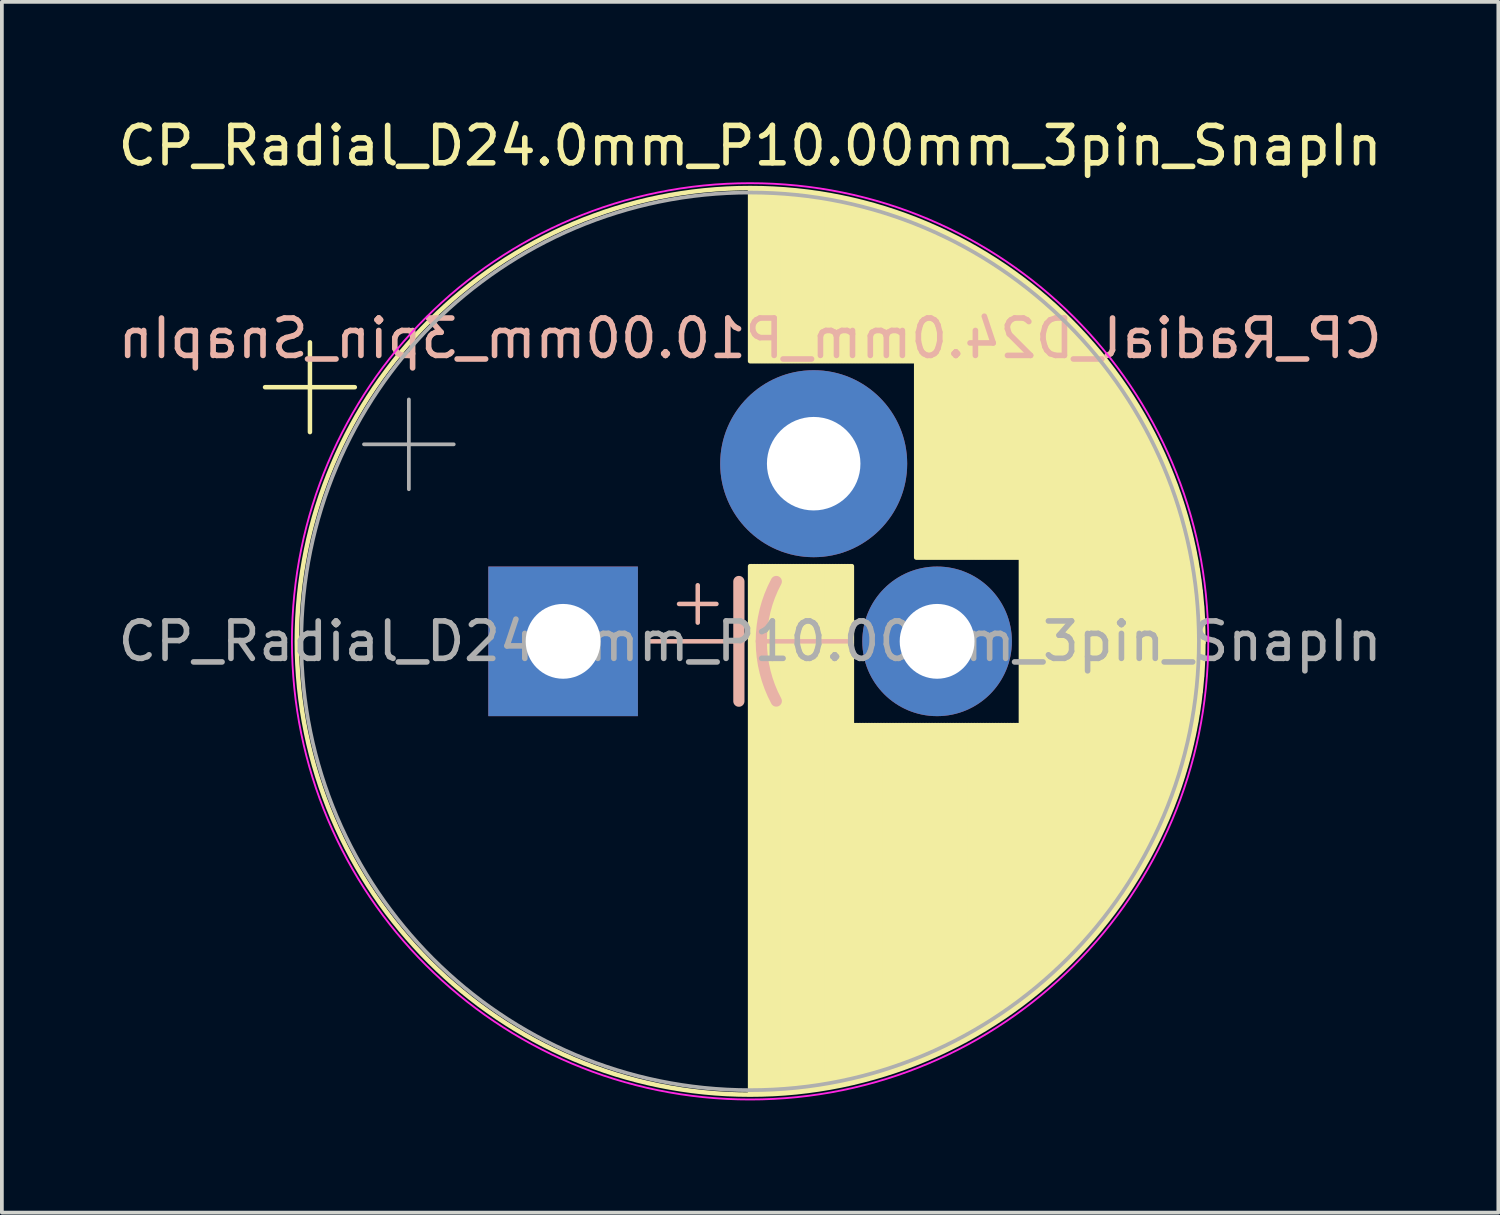
<source format=kicad_pcb>
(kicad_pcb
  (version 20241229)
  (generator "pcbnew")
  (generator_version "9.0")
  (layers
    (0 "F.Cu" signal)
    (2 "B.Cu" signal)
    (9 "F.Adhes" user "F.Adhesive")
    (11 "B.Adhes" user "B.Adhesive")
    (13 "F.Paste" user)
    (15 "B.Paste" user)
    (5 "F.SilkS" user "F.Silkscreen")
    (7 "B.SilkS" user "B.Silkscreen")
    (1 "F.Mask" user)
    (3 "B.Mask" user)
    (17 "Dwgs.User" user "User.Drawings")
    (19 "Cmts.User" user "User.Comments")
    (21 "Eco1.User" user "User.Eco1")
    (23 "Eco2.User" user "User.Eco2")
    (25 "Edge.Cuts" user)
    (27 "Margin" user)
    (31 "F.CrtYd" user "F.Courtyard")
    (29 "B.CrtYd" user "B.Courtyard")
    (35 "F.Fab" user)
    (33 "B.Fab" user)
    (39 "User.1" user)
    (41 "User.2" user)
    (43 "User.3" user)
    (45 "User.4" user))
  (footprint "CP_Radial_D24.0mm_P10.00mm_3pin_SnapIn"
    (layer "F.Cu")
    (at 12.006 14.098)
    (property "Reference" "CP_Radial_D24.0mm_P10.00mm_3pin_SnapIn" (at 5 -13.25 0) (layer "F.SilkS") (effects (font (size 1 1) (thickness 0.15))))
    (fp_line (start -7.969 -6.795) (end -5.569 -6.795) (stroke (width 0.12) (type solid)) (layer "F.SilkS"))
    (fp_line (start -6.769 -7.995) (end -6.769 -5.595) (stroke (width 0.12) (type solid)) (layer "F.SilkS"))
    (fp_line (start 5 -12.081) (end 5 -7.49) (stroke (width 0.12) (type solid)) (layer "F.SilkS"))
    (fp_line (start 5 -2.01) (end 5 12.081) (stroke (width 0.12) (type solid)) (layer "F.SilkS"))
    (fp_line (start 5.04 -12.08) (end 5.04 -7.49) (stroke (width 0.12) (type solid)) (layer "F.SilkS"))
    (fp_line (start 5.04 -2.01) (end 5.04 12.08) (stroke (width 0.12) (type solid)) (layer "F.SilkS"))
    (fp_line (start 5.08 -12.08) (end 5.08 -7.49) (stroke (width 0.12) (type solid)) (layer "F.SilkS"))
    (fp_line (start 5.08 -2.01) (end 5.08 12.08) (stroke (width 0.12) (type solid)) (layer "F.SilkS"))
    (fp_line (start 5.12 -12.08) (end 5.12 -7.49) (stroke (width 0.12) (type solid)) (layer "F.SilkS"))
    (fp_line (start 5.12 -2.01) (end 5.12 12.08) (stroke (width 0.12) (type solid)) (layer "F.SilkS"))
    (fp_line (start 5.16 -12.079) (end 5.16 -7.49) (stroke (width 0.12) (type solid)) (layer "F.SilkS"))
    (fp_line (start 5.16 -2.01) (end 5.16 12.079) (stroke (width 0.12) (type solid)) (layer "F.SilkS"))
    (fp_line (start 5.2 -12.079) (end 5.2 -7.49) (stroke (width 0.12) (type solid)) (layer "F.SilkS"))
    (fp_line (start 5.2 -2.01) (end 5.2 12.079) (stroke (width 0.12) (type solid)) (layer "F.SilkS"))
    (fp_line (start 5.24 -12.078) (end 5.24 -7.49) (stroke (width 0.12) (type solid)) (layer "F.SilkS"))
    (fp_line (start 5.24 -2.01) (end 5.24 12.078) (stroke (width 0.12) (type solid)) (layer "F.SilkS"))
    (fp_line (start 5.28 -12.077) (end 5.28 -7.49) (stroke (width 0.12) (type solid)) (layer "F.SilkS"))
    (fp_line (start 5.28 -2.01) (end 5.28 12.077) (stroke (width 0.12) (type solid)) (layer "F.SilkS"))
    (fp_line (start 5.32 -12.076) (end 5.32 -7.49) (stroke (width 0.12) (type solid)) (layer "F.SilkS"))
    (fp_line (start 5.32 -2.01) (end 5.32 12.076) (stroke (width 0.12) (type solid)) (layer "F.SilkS"))
    (fp_line (start 5.36 -12.075) (end 5.36 -7.49) (stroke (width 0.12) (type solid)) (layer "F.SilkS"))
    (fp_line (start 5.36 -2.01) (end 5.36 12.075) (stroke (width 0.12) (type solid)) (layer "F.SilkS"))
    (fp_line (start 5.4 -12.074) (end 5.4 -7.49) (stroke (width 0.12) (type solid)) (layer "F.SilkS"))
    (fp_line (start 5.4 -2.01) (end 5.4 12.074) (stroke (width 0.12) (type solid)) (layer "F.SilkS"))
    (fp_line (start 5.44 -12.073) (end 5.44 -7.49) (stroke (width 0.12) (type solid)) (layer "F.SilkS"))
    (fp_line (start 5.44 -2.01) (end 5.44 12.073) (stroke (width 0.12) (type solid)) (layer "F.SilkS"))
    (fp_line (start 5.48 -12.071) (end 5.48 -7.49) (stroke (width 0.12) (type solid)) (layer "F.SilkS"))
    (fp_line (start 5.48 -2.01) (end 5.48 12.071) (stroke (width 0.12) (type solid)) (layer "F.SilkS"))
    (fp_line (start 5.52 -12.069) (end 5.52 -7.49) (stroke (width 0.12) (type solid)) (layer "F.SilkS"))
    (fp_line (start 5.52 -2.01) (end 5.52 12.069) (stroke (width 0.12) (type solid)) (layer "F.SilkS"))
    (fp_line (start 5.56 -12.068) (end 5.56 -7.49) (stroke (width 0.12) (type solid)) (layer "F.SilkS"))
    (fp_line (start 5.56 -2.01) (end 5.56 12.068) (stroke (width 0.12) (type solid)) (layer "F.SilkS"))
    (fp_line (start 5.6 -12.066) (end 5.6 -7.49) (stroke (width 0.12) (type solid)) (layer "F.SilkS"))
    (fp_line (start 5.6 -2.01) (end 5.6 12.066) (stroke (width 0.12) (type solid)) (layer "F.SilkS"))
    (fp_line (start 5.64 -12.064) (end 5.64 -7.49) (stroke (width 0.12) (type solid)) (layer "F.SilkS"))
    (fp_line (start 5.64 -2.01) (end 5.64 12.064) (stroke (width 0.12) (type solid)) (layer "F.SilkS"))
    (fp_line (start 5.68 -12.061) (end 5.68 -7.49) (stroke (width 0.12) (type solid)) (layer "F.SilkS"))
    (fp_line (start 5.68 -2.01) (end 5.68 12.061) (stroke (width 0.12) (type solid)) (layer "F.SilkS"))
    (fp_line (start 5.721 -12.059) (end 5.721 -7.49) (stroke (width 0.12) (type solid)) (layer "F.SilkS"))
    (fp_line (start 5.721 -2.01) (end 5.721 12.059) (stroke (width 0.12) (type solid)) (layer "F.SilkS"))
    (fp_line (start 5.761 -12.057) (end 5.761 -7.49) (stroke (width 0.12) (type solid)) (layer "F.SilkS"))
    (fp_line (start 5.761 -2.01) (end 5.761 12.057) (stroke (width 0.12) (type solid)) (layer "F.SilkS"))
    (fp_line (start 5.801 -12.054) (end 5.801 -7.49) (stroke (width 0.12) (type solid)) (layer "F.SilkS"))
    (fp_line (start 5.801 -2.01) (end 5.801 12.054) (stroke (width 0.12) (type solid)) (layer "F.SilkS"))
    (fp_line (start 5.841 -12.051) (end 5.841 -7.49) (stroke (width 0.12) (type solid)) (layer "F.SilkS"))
    (fp_line (start 5.841 -2.01) (end 5.841 12.051) (stroke (width 0.12) (type solid)) (layer "F.SilkS"))
    (fp_line (start 5.881 -12.049) (end 5.881 -7.49) (stroke (width 0.12) (type solid)) (layer "F.SilkS"))
    (fp_line (start 5.881 -2.01) (end 5.881 12.049) (stroke (width 0.12) (type solid)) (layer "F.SilkS"))
    (fp_line (start 5.921 -12.046) (end 5.921 -7.49) (stroke (width 0.12) (type solid)) (layer "F.SilkS"))
    (fp_line (start 5.921 -2.01) (end 5.921 12.046) (stroke (width 0.12) (type solid)) (layer "F.SilkS"))
    (fp_line (start 5.961 -12.042) (end 5.961 -7.49) (stroke (width 0.12) (type solid)) (layer "F.SilkS"))
    (fp_line (start 5.961 -2.01) (end 5.961 12.042) (stroke (width 0.12) (type solid)) (layer "F.SilkS"))
    (fp_line (start 6.001 -12.039) (end 6.001 -7.49) (stroke (width 0.12) (type solid)) (layer "F.SilkS"))
    (fp_line (start 6.001 -2.01) (end 6.001 12.039) (stroke (width 0.12) (type solid)) (layer "F.SilkS"))
    (fp_line (start 6.041 -12.036) (end 6.041 -7.49) (stroke (width 0.12) (type solid)) (layer "F.SilkS"))
    (fp_line (start 6.041 -2.01) (end 6.041 12.036) (stroke (width 0.12) (type solid)) (layer "F.SilkS"))
    (fp_line (start 6.081 -12.032) (end 6.081 -7.49) (stroke (width 0.12) (type solid)) (layer "F.SilkS"))
    (fp_line (start 6.081 -2.01) (end 6.081 12.032) (stroke (width 0.12) (type solid)) (layer "F.SilkS"))
    (fp_line (start 6.121 -12.029) (end 6.121 -7.49) (stroke (width 0.12) (type solid)) (layer "F.SilkS"))
    (fp_line (start 6.121 -2.01) (end 6.121 12.029) (stroke (width 0.12) (type solid)) (layer "F.SilkS"))
    (fp_line (start 6.161 -12.025) (end 6.161 -7.49) (stroke (width 0.12) (type solid)) (layer "F.SilkS"))
    (fp_line (start 6.161 -2.01) (end 6.161 12.025) (stroke (width 0.12) (type solid)) (layer "F.SilkS"))
    (fp_line (start 6.201 -12.021) (end 6.201 -7.49) (stroke (width 0.12) (type solid)) (layer "F.SilkS"))
    (fp_line (start 6.201 -2.01) (end 6.201 12.021) (stroke (width 0.12) (type solid)) (layer "F.SilkS"))
    (fp_line (start 6.241 -12.017) (end 6.241 -7.49) (stroke (width 0.12) (type solid)) (layer "F.SilkS"))
    (fp_line (start 6.241 -2.01) (end 6.241 12.017) (stroke (width 0.12) (type solid)) (layer "F.SilkS"))
    (fp_line (start 6.281 -12.013) (end 6.281 -7.49) (stroke (width 0.12) (type solid)) (layer "F.SilkS"))
    (fp_line (start 6.281 -2.01) (end 6.281 12.013) (stroke (width 0.12) (type solid)) (layer "F.SilkS"))
    (fp_line (start 6.321 -12.008) (end 6.321 -7.49) (stroke (width 0.12) (type solid)) (layer "F.SilkS"))
    (fp_line (start 6.321 -2.01) (end 6.321 12.008) (stroke (width 0.12) (type solid)) (layer "F.SilkS"))
    (fp_line (start 6.361 -12.004) (end 6.361 -7.49) (stroke (width 0.12) (type solid)) (layer "F.SilkS"))
    (fp_line (start 6.361 -2.01) (end 6.361 12.004) (stroke (width 0.12) (type solid)) (layer "F.SilkS"))
    (fp_line (start 6.401 -11.999) (end 6.401 -7.49) (stroke (width 0.12) (type solid)) (layer "F.SilkS"))
    (fp_line (start 6.401 -2.01) (end 6.401 11.999) (stroke (width 0.12) (type solid)) (layer "F.SilkS"))
    (fp_line (start 6.441 -11.995) (end 6.441 -7.49) (stroke (width 0.12) (type solid)) (layer "F.SilkS"))
    (fp_line (start 6.441 -2.01) (end 6.441 11.995) (stroke (width 0.12) (type solid)) (layer "F.SilkS"))
    (fp_line (start 6.481 -11.99) (end 6.481 -7.49) (stroke (width 0.12) (type solid)) (layer "F.SilkS"))
    (fp_line (start 6.481 -2.01) (end 6.481 11.99) (stroke (width 0.12) (type solid)) (layer "F.SilkS"))
    (fp_line (start 6.521 -11.985) (end 6.521 -7.49) (stroke (width 0.12) (type solid)) (layer "F.SilkS"))
    (fp_line (start 6.521 -2.01) (end 6.521 11.985) (stroke (width 0.12) (type solid)) (layer "F.SilkS"))
    (fp_line (start 6.561 -11.98) (end 6.561 -7.49) (stroke (width 0.12) (type solid)) (layer "F.SilkS"))
    (fp_line (start 6.561 -2.01) (end 6.561 11.98) (stroke (width 0.12) (type solid)) (layer "F.SilkS"))
    (fp_line (start 6.601 -11.974) (end 6.601 -7.49) (stroke (width 0.12) (type solid)) (layer "F.SilkS"))
    (fp_line (start 6.601 -2.01) (end 6.601 11.974) (stroke (width 0.12) (type solid)) (layer "F.SilkS"))
    (fp_line (start 6.641 -11.969) (end 6.641 -7.49) (stroke (width 0.12) (type solid)) (layer "F.SilkS"))
    (fp_line (start 6.641 -2.01) (end 6.641 11.969) (stroke (width 0.12) (type solid)) (layer "F.SilkS"))
    (fp_line (start 6.681 -11.963) (end 6.681 -7.49) (stroke (width 0.12) (type solid)) (layer "F.SilkS"))
    (fp_line (start 6.681 -2.01) (end 6.681 11.963) (stroke (width 0.12) (type solid)) (layer "F.SilkS"))
    (fp_line (start 6.721 -11.958) (end 6.721 -7.49) (stroke (width 0.12) (type solid)) (layer "F.SilkS"))
    (fp_line (start 6.721 -2.01) (end 6.721 11.958) (stroke (width 0.12) (type solid)) (layer "F.SilkS"))
    (fp_line (start 6.761 -11.952) (end 6.761 -7.49) (stroke (width 0.12) (type solid)) (layer "F.SilkS"))
    (fp_line (start 6.761 -2.01) (end 6.761 11.952) (stroke (width 0.12) (type solid)) (layer "F.SilkS"))
    (fp_line (start 6.801 -11.946) (end 6.801 -7.49) (stroke (width 0.12) (type solid)) (layer "F.SilkS"))
    (fp_line (start 6.801 -2.01) (end 6.801 11.946) (stroke (width 0.12) (type solid)) (layer "F.SilkS"))
    (fp_line (start 6.841 -11.94) (end 6.841 -7.49) (stroke (width 0.12) (type solid)) (layer "F.SilkS"))
    (fp_line (start 6.841 -2.01) (end 6.841 11.94) (stroke (width 0.12) (type solid)) (layer "F.SilkS"))
    (fp_line (start 6.881 -11.934) (end 6.881 -7.49) (stroke (width 0.12) (type solid)) (layer "F.SilkS"))
    (fp_line (start 6.881 -2.01) (end 6.881 11.934) (stroke (width 0.12) (type solid)) (layer "F.SilkS"))
    (fp_line (start 6.921 -11.927) (end 6.921 -7.49) (stroke (width 0.12) (type solid)) (layer "F.SilkS"))
    (fp_line (start 6.921 -2.01) (end 6.921 11.927) (stroke (width 0.12) (type solid)) (layer "F.SilkS"))
    (fp_line (start 6.961 -11.921) (end 6.961 -7.49) (stroke (width 0.12) (type solid)) (layer "F.SilkS"))
    (fp_line (start 6.961 -2.01) (end 6.961 11.921) (stroke (width 0.12) (type solid)) (layer "F.SilkS"))
    (fp_line (start 7.001 -11.914) (end 7.001 -7.49) (stroke (width 0.12) (type solid)) (layer "F.SilkS"))
    (fp_line (start 7.001 -2.01) (end 7.001 11.914) (stroke (width 0.12) (type solid)) (layer "F.SilkS"))
    (fp_line (start 7.041 -11.908) (end 7.041 -7.49) (stroke (width 0.12) (type solid)) (layer "F.SilkS"))
    (fp_line (start 7.041 -2.01) (end 7.041 11.908) (stroke (width 0.12) (type solid)) (layer "F.SilkS"))
    (fp_line (start 7.081 -11.901) (end 7.081 -7.49) (stroke (width 0.12) (type solid)) (layer "F.SilkS"))
    (fp_line (start 7.081 -2.01) (end 7.081 11.901) (stroke (width 0.12) (type solid)) (layer "F.SilkS"))
    (fp_line (start 7.121 -11.894) (end 7.121 -7.49) (stroke (width 0.12) (type solid)) (layer "F.SilkS"))
    (fp_line (start 7.121 -2.01) (end 7.121 11.894) (stroke (width 0.12) (type solid)) (layer "F.SilkS"))
    (fp_line (start 7.161 -11.886) (end 7.161 -7.49) (stroke (width 0.12) (type solid)) (layer "F.SilkS"))
    (fp_line (start 7.161 -2.01) (end 7.161 11.886) (stroke (width 0.12) (type solid)) (layer "F.SilkS"))
    (fp_line (start 7.201 -11.879) (end 7.201 -7.49) (stroke (width 0.12) (type solid)) (layer "F.SilkS"))
    (fp_line (start 7.201 -2.01) (end 7.201 11.879) (stroke (width 0.12) (type solid)) (layer "F.SilkS"))
    (fp_line (start 7.241 -11.872) (end 7.241 -7.49) (stroke (width 0.12) (type solid)) (layer "F.SilkS"))
    (fp_line (start 7.241 -2.01) (end 7.241 11.872) (stroke (width 0.12) (type solid)) (layer "F.SilkS"))
    (fp_line (start 7.281 -11.864) (end 7.281 -7.49) (stroke (width 0.12) (type solid)) (layer "F.SilkS"))
    (fp_line (start 7.281 -2.01) (end 7.281 11.864) (stroke (width 0.12) (type solid)) (layer "F.SilkS"))
    (fp_line (start 7.321 -11.856) (end 7.321 -7.49) (stroke (width 0.12) (type solid)) (layer "F.SilkS"))
    (fp_line (start 7.321 -2.01) (end 7.321 11.856) (stroke (width 0.12) (type solid)) (layer "F.SilkS"))
    (fp_line (start 7.361 -11.849) (end 7.361 -7.49) (stroke (width 0.12) (type solid)) (layer "F.SilkS"))
    (fp_line (start 7.361 -2.01) (end 7.361 11.849) (stroke (width 0.12) (type solid)) (layer "F.SilkS"))
    (fp_line (start 7.401 -11.841) (end 7.401 -7.49) (stroke (width 0.12) (type solid)) (layer "F.SilkS"))
    (fp_line (start 7.401 -2.01) (end 7.401 11.841) (stroke (width 0.12) (type solid)) (layer "F.SilkS"))
    (fp_line (start 7.441 -11.832) (end 7.441 -7.49) (stroke (width 0.12) (type solid)) (layer "F.SilkS"))
    (fp_line (start 7.441 -2.01) (end 7.441 11.832) (stroke (width 0.12) (type solid)) (layer "F.SilkS"))
    (fp_line (start 7.481 -11.824) (end 7.481 -7.49) (stroke (width 0.12) (type solid)) (layer "F.SilkS"))
    (fp_line (start 7.481 -2.01) (end 7.481 11.824) (stroke (width 0.12) (type solid)) (layer "F.SilkS"))
    (fp_line (start 7.521 -11.816) (end 7.521 -7.49) (stroke (width 0.12) (type solid)) (layer "F.SilkS"))
    (fp_line (start 7.521 -2.01) (end 7.521 11.816) (stroke (width 0.12) (type solid)) (layer "F.SilkS"))
    (fp_line (start 7.561 -11.807) (end 7.561 -7.49) (stroke (width 0.12) (type solid)) (layer "F.SilkS"))
    (fp_line (start 7.561 -2.01) (end 7.561 11.807) (stroke (width 0.12) (type solid)) (layer "F.SilkS"))
    (fp_line (start 7.601 -11.798) (end 7.601 -7.49) (stroke (width 0.12) (type solid)) (layer "F.SilkS"))
    (fp_line (start 7.601 -2.01) (end 7.601 11.798) (stroke (width 0.12) (type solid)) (layer "F.SilkS"))
    (fp_line (start 7.641 -11.789) (end 7.641 -7.49) (stroke (width 0.12) (type solid)) (layer "F.SilkS"))
    (fp_line (start 7.641 -2.01) (end 7.641 11.789) (stroke (width 0.12) (type solid)) (layer "F.SilkS"))
    (fp_line (start 7.681 -11.78) (end 7.681 -7.49) (stroke (width 0.12) (type solid)) (layer "F.SilkS"))
    (fp_line (start 7.681 -2.01) (end 7.681 11.78) (stroke (width 0.12) (type solid)) (layer "F.SilkS"))
    (fp_line (start 7.721 -11.771) (end 7.721 -7.49) (stroke (width 0.12) (type solid)) (layer "F.SilkS"))
    (fp_line (start 7.721 -2.01) (end 7.721 11.771) (stroke (width 0.12) (type solid)) (layer "F.SilkS"))
    (fp_line (start 7.761 -11.762) (end 7.761 -7.49) (stroke (width 0.12) (type solid)) (layer "F.SilkS"))
    (fp_line (start 7.761 2.24) (end 7.761 11.762) (stroke (width 0.12) (type solid)) (layer "F.SilkS"))
    (fp_line (start 7.801 -11.753) (end 7.801 -7.49) (stroke (width 0.12) (type solid)) (layer "F.SilkS"))
    (fp_line (start 7.801 2.24) (end 7.801 11.753) (stroke (width 0.12) (type solid)) (layer "F.SilkS"))
    (fp_line (start 7.841 -11.743) (end 7.841 -7.49) (stroke (width 0.12) (type solid)) (layer "F.SilkS"))
    (fp_line (start 7.841 2.24) (end 7.841 11.743) (stroke (width 0.12) (type solid)) (layer "F.SilkS"))
    (fp_line (start 7.881 -11.733) (end 7.881 -7.49) (stroke (width 0.12) (type solid)) (layer "F.SilkS"))
    (fp_line (start 7.881 2.24) (end 7.881 11.733) (stroke (width 0.12) (type solid)) (layer "F.SilkS"))
    (fp_line (start 7.921 -11.723) (end 7.921 -7.49) (stroke (width 0.12) (type solid)) (layer "F.SilkS"))
    (fp_line (start 7.921 2.24) (end 7.921 11.723) (stroke (width 0.12) (type solid)) (layer "F.SilkS"))
    (fp_line (start 7.961 -11.713) (end 7.961 -7.49) (stroke (width 0.12) (type solid)) (layer "F.SilkS"))
    (fp_line (start 7.961 2.24) (end 7.961 11.713) (stroke (width 0.12) (type solid)) (layer "F.SilkS"))
    (fp_line (start 8.001 -11.703) (end 8.001 -7.49) (stroke (width 0.12) (type solid)) (layer "F.SilkS"))
    (fp_line (start 8.001 2.24) (end 8.001 11.703) (stroke (width 0.12) (type solid)) (layer "F.SilkS"))
    (fp_line (start 8.041 -11.693) (end 8.041 -7.49) (stroke (width 0.12) (type solid)) (layer "F.SilkS"))
    (fp_line (start 8.041 2.24) (end 8.041 11.693) (stroke (width 0.12) (type solid)) (layer "F.SilkS"))
    (fp_line (start 8.081 -11.683) (end 8.081 -7.49) (stroke (width 0.12) (type solid)) (layer "F.SilkS"))
    (fp_line (start 8.081 2.24) (end 8.081 11.683) (stroke (width 0.12) (type solid)) (layer "F.SilkS"))
    (fp_line (start 8.121 -11.672) (end 8.121 -7.49) (stroke (width 0.12) (type solid)) (layer "F.SilkS"))
    (fp_line (start 8.121 2.24) (end 8.121 11.672) (stroke (width 0.12) (type solid)) (layer "F.SilkS"))
    (fp_line (start 8.161 -11.661) (end 8.161 -7.49) (stroke (width 0.12) (type solid)) (layer "F.SilkS"))
    (fp_line (start 8.161 2.24) (end 8.161 11.661) (stroke (width 0.12) (type solid)) (layer "F.SilkS"))
    (fp_line (start 8.201 -11.65) (end 8.201 -7.49) (stroke (width 0.12) (type solid)) (layer "F.SilkS"))
    (fp_line (start 8.201 2.24) (end 8.201 11.65) (stroke (width 0.12) (type solid)) (layer "F.SilkS"))
    (fp_line (start 8.241 -11.639) (end 8.241 -7.49) (stroke (width 0.12) (type solid)) (layer "F.SilkS"))
    (fp_line (start 8.241 2.24) (end 8.241 11.639) (stroke (width 0.12) (type solid)) (layer "F.SilkS"))
    (fp_line (start 8.281 -11.628) (end 8.281 -7.49) (stroke (width 0.12) (type solid)) (layer "F.SilkS"))
    (fp_line (start 8.281 2.24) (end 8.281 11.628) (stroke (width 0.12) (type solid)) (layer "F.SilkS"))
    (fp_line (start 8.321 -11.617) (end 8.321 -7.49) (stroke (width 0.12) (type solid)) (layer "F.SilkS"))
    (fp_line (start 8.321 2.24) (end 8.321 11.617) (stroke (width 0.12) (type solid)) (layer "F.SilkS"))
    (fp_line (start 8.361 -11.605) (end 8.361 -7.49) (stroke (width 0.12) (type solid)) (layer "F.SilkS"))
    (fp_line (start 8.361 2.24) (end 8.361 11.605) (stroke (width 0.12) (type solid)) (layer "F.SilkS"))
    (fp_line (start 8.401 -11.594) (end 8.401 -7.49) (stroke (width 0.12) (type solid)) (layer "F.SilkS"))
    (fp_line (start 8.401 2.24) (end 8.401 11.594) (stroke (width 0.12) (type solid)) (layer "F.SilkS"))
    (fp_line (start 8.441 -11.582) (end 8.441 -7.49) (stroke (width 0.12) (type solid)) (layer "F.SilkS"))
    (fp_line (start 8.441 2.24) (end 8.441 11.582) (stroke (width 0.12) (type solid)) (layer "F.SilkS"))
    (fp_line (start 8.481 -11.57) (end 8.481 -7.49) (stroke (width 0.12) (type solid)) (layer "F.SilkS"))
    (fp_line (start 8.481 2.24) (end 8.481 11.57) (stroke (width 0.12) (type solid)) (layer "F.SilkS"))
    (fp_line (start 8.521 -11.558) (end 8.521 -7.49) (stroke (width 0.12) (type solid)) (layer "F.SilkS"))
    (fp_line (start 8.521 2.24) (end 8.521 11.558) (stroke (width 0.12) (type solid)) (layer "F.SilkS"))
    (fp_line (start 8.561 -11.546) (end 8.561 -7.49) (stroke (width 0.12) (type solid)) (layer "F.SilkS"))
    (fp_line (start 8.561 2.24) (end 8.561 11.546) (stroke (width 0.12) (type solid)) (layer "F.SilkS"))
    (fp_line (start 8.601 -11.534) (end 8.601 -7.49) (stroke (width 0.12) (type solid)) (layer "F.SilkS"))
    (fp_line (start 8.601 2.24) (end 8.601 11.534) (stroke (width 0.12) (type solid)) (layer "F.SilkS"))
    (fp_line (start 8.641 -11.521) (end 8.641 -7.49) (stroke (width 0.12) (type solid)) (layer "F.SilkS"))
    (fp_line (start 8.641 2.24) (end 8.641 11.521) (stroke (width 0.12) (type solid)) (layer "F.SilkS"))
    (fp_line (start 8.681 -11.508) (end 8.681 -7.49) (stroke (width 0.12) (type solid)) (layer "F.SilkS"))
    (fp_line (start 8.681 2.24) (end 8.681 11.508) (stroke (width 0.12) (type solid)) (layer "F.SilkS"))
    (fp_line (start 8.721 -11.495) (end 8.721 -7.49) (stroke (width 0.12) (type solid)) (layer "F.SilkS"))
    (fp_line (start 8.721 2.24) (end 8.721 11.495) (stroke (width 0.12) (type solid)) (layer "F.SilkS"))
    (fp_line (start 8.761 -11.483) (end 8.761 -7.49) (stroke (width 0.12) (type solid)) (layer "F.SilkS"))
    (fp_line (start 8.761 2.24) (end 8.761 11.483) (stroke (width 0.12) (type solid)) (layer "F.SilkS"))
    (fp_line (start 8.801 -11.469) (end 8.801 -7.49) (stroke (width 0.12) (type solid)) (layer "F.SilkS"))
    (fp_line (start 8.801 2.24) (end 8.801 11.469) (stroke (width 0.12) (type solid)) (layer "F.SilkS"))
    (fp_line (start 8.841 -11.456) (end 8.841 -7.49) (stroke (width 0.12) (type solid)) (layer "F.SilkS"))
    (fp_line (start 8.841 2.24) (end 8.841 11.456) (stroke (width 0.12) (type solid)) (layer "F.SilkS"))
    (fp_line (start 8.881 -11.443) (end 8.881 -7.49) (stroke (width 0.12) (type solid)) (layer "F.SilkS"))
    (fp_line (start 8.881 2.24) (end 8.881 11.443) (stroke (width 0.12) (type solid)) (layer "F.SilkS"))
    (fp_line (start 8.921 -11.429) (end 8.921 -7.49) (stroke (width 0.12) (type solid)) (layer "F.SilkS"))
    (fp_line (start 8.921 2.24) (end 8.921 11.429) (stroke (width 0.12) (type solid)) (layer "F.SilkS"))
    (fp_line (start 8.961 -11.415) (end 8.961 -7.49) (stroke (width 0.12) (type solid)) (layer "F.SilkS"))
    (fp_line (start 8.961 2.24) (end 8.961 11.415) (stroke (width 0.12) (type solid)) (layer "F.SilkS"))
    (fp_line (start 9.001 -11.401) (end 9.001 -7.49) (stroke (width 0.12) (type solid)) (layer "F.SilkS"))
    (fp_line (start 9.001 2.24) (end 9.001 11.401) (stroke (width 0.12) (type solid)) (layer "F.SilkS"))
    (fp_line (start 9.041 -11.387) (end 9.041 -7.49) (stroke (width 0.12) (type solid)) (layer "F.SilkS"))
    (fp_line (start 9.041 2.24) (end 9.041 11.387) (stroke (width 0.12) (type solid)) (layer "F.SilkS"))
    (fp_line (start 9.081 -11.373) (end 9.081 -7.49) (stroke (width 0.12) (type solid)) (layer "F.SilkS"))
    (fp_line (start 9.081 2.24) (end 9.081 11.373) (stroke (width 0.12) (type solid)) (layer "F.SilkS"))
    (fp_line (start 9.121 -11.359) (end 9.121 -7.49) (stroke (width 0.12) (type solid)) (layer "F.SilkS"))
    (fp_line (start 9.121 2.24) (end 9.121 11.359) (stroke (width 0.12) (type solid)) (layer "F.SilkS"))
    (fp_line (start 9.161 -11.344) (end 9.161 -7.49) (stroke (width 0.12) (type solid)) (layer "F.SilkS"))
    (fp_line (start 9.161 2.24) (end 9.161 11.344) (stroke (width 0.12) (type solid)) (layer "F.SilkS"))
    (fp_line (start 9.201 -11.33) (end 9.201 -7.49) (stroke (width 0.12) (type solid)) (layer "F.SilkS"))
    (fp_line (start 9.201 2.24) (end 9.201 11.33) (stroke (width 0.12) (type solid)) (layer "F.SilkS"))
    (fp_line (start 9.241 -11.315) (end 9.241 -7.49) (stroke (width 0.12) (type solid)) (layer "F.SilkS"))
    (fp_line (start 9.241 2.24) (end 9.241 11.315) (stroke (width 0.12) (type solid)) (layer "F.SilkS"))
    (fp_line (start 9.281 -11.3) (end 9.281 -7.49) (stroke (width 0.12) (type solid)) (layer "F.SilkS"))
    (fp_line (start 9.281 2.24) (end 9.281 11.3) (stroke (width 0.12) (type solid)) (layer "F.SilkS"))
    (fp_line (start 9.321 -11.284) (end 9.321 -7.49) (stroke (width 0.12) (type solid)) (layer "F.SilkS"))
    (fp_line (start 9.321 2.24) (end 9.321 11.284) (stroke (width 0.12) (type solid)) (layer "F.SilkS"))
    (fp_line (start 9.361 -11.269) (end 9.361 -7.49) (stroke (width 0.12) (type solid)) (layer "F.SilkS"))
    (fp_line (start 9.361 2.24) (end 9.361 11.269) (stroke (width 0.12) (type solid)) (layer "F.SilkS"))
    (fp_line (start 9.401 -11.254) (end 9.401 -7.49) (stroke (width 0.12) (type solid)) (layer "F.SilkS"))
    (fp_line (start 9.401 2.24) (end 9.401 11.254) (stroke (width 0.12) (type solid)) (layer "F.SilkS"))
    (fp_line (start 9.441 -11.238) (end 9.441 -2.24) (stroke (width 0.12) (type solid)) (layer "F.SilkS"))
    (fp_line (start 9.441 2.24) (end 9.441 11.238) (stroke (width 0.12) (type solid)) (layer "F.SilkS"))
    (fp_line (start 9.481 -11.222) (end 9.481 -2.24) (stroke (width 0.12) (type solid)) (layer "F.SilkS"))
    (fp_line (start 9.481 2.24) (end 9.481 11.222) (stroke (width 0.12) (type solid)) (layer "F.SilkS"))
    (fp_line (start 9.521 -11.206) (end 9.521 -2.24) (stroke (width 0.12) (type solid)) (layer "F.SilkS"))
    (fp_line (start 9.521 2.24) (end 9.521 11.206) (stroke (width 0.12) (type solid)) (layer "F.SilkS"))
    (fp_line (start 9.561 -11.19) (end 9.561 -2.24) (stroke (width 0.12) (type solid)) (layer "F.SilkS"))
    (fp_line (start 9.561 2.24) (end 9.561 11.19) (stroke (width 0.12) (type solid)) (layer "F.SilkS"))
    (fp_line (start 9.601 -11.174) (end 9.601 -2.24) (stroke (width 0.12) (type solid)) (layer "F.SilkS"))
    (fp_line (start 9.601 2.24) (end 9.601 11.174) (stroke (width 0.12) (type solid)) (layer "F.SilkS"))
    (fp_line (start 9.641 -11.157) (end 9.641 -2.24) (stroke (width 0.12) (type solid)) (layer "F.SilkS"))
    (fp_line (start 9.641 2.24) (end 9.641 11.157) (stroke (width 0.12) (type solid)) (layer "F.SilkS"))
    (fp_line (start 9.681 -11.14) (end 9.681 -2.24) (stroke (width 0.12) (type solid)) (layer "F.SilkS"))
    (fp_line (start 9.681 2.24) (end 9.681 11.14) (stroke (width 0.12) (type solid)) (layer "F.SilkS"))
    (fp_line (start 9.721 -11.124) (end 9.721 -2.24) (stroke (width 0.12) (type solid)) (layer "F.SilkS"))
    (fp_line (start 9.721 2.24) (end 9.721 11.124) (stroke (width 0.12) (type solid)) (layer "F.SilkS"))
    (fp_line (start 9.761 -11.107) (end 9.761 -2.24) (stroke (width 0.12) (type solid)) (layer "F.SilkS"))
    (fp_line (start 9.761 2.24) (end 9.761 11.107) (stroke (width 0.12) (type solid)) (layer "F.SilkS"))
    (fp_line (start 9.801 -11.089) (end 9.801 -2.24) (stroke (width 0.12) (type solid)) (layer "F.SilkS"))
    (fp_line (start 9.801 2.24) (end 9.801 11.089) (stroke (width 0.12) (type solid)) (layer "F.SilkS"))
    (fp_line (start 9.841 -11.072) (end 9.841 -2.24) (stroke (width 0.12) (type solid)) (layer "F.SilkS"))
    (fp_line (start 9.841 2.24) (end 9.841 11.072) (stroke (width 0.12) (type solid)) (layer "F.SilkS"))
    (fp_line (start 9.881 -11.055) (end 9.881 -2.24) (stroke (width 0.12) (type solid)) (layer "F.SilkS"))
    (fp_line (start 9.881 2.24) (end 9.881 11.055) (stroke (width 0.12) (type solid)) (layer "F.SilkS"))
    (fp_line (start 9.921 -11.037) (end 9.921 -2.24) (stroke (width 0.12) (type solid)) (layer "F.SilkS"))
    (fp_line (start 9.921 2.24) (end 9.921 11.037) (stroke (width 0.12) (type solid)) (layer "F.SilkS"))
    (fp_line (start 9.961 -11.019) (end 9.961 -2.24) (stroke (width 0.12) (type solid)) (layer "F.SilkS"))
    (fp_line (start 9.961 2.24) (end 9.961 11.019) (stroke (width 0.12) (type solid)) (layer "F.SilkS"))
    (fp_line (start 10.001 -11.001) (end 10.001 -2.24) (stroke (width 0.12) (type solid)) (layer "F.SilkS"))
    (fp_line (start 10.001 2.24) (end 10.001 11.001) (stroke (width 0.12) (type solid)) (layer "F.SilkS"))
    (fp_line (start 10.041 -10.983) (end 10.041 -2.24) (stroke (width 0.12) (type solid)) (layer "F.SilkS"))
    (fp_line (start 10.041 2.24) (end 10.041 10.983) (stroke (width 0.12) (type solid)) (layer "F.SilkS"))
    (fp_line (start 10.081 -10.964) (end 10.081 -2.24) (stroke (width 0.12) (type solid)) (layer "F.SilkS"))
    (fp_line (start 10.081 2.24) (end 10.081 10.964) (stroke (width 0.12) (type solid)) (layer "F.SilkS"))
    (fp_line (start 10.121 -10.946) (end 10.121 -2.24) (stroke (width 0.12) (type solid)) (layer "F.SilkS"))
    (fp_line (start 10.121 2.24) (end 10.121 10.946) (stroke (width 0.12) (type solid)) (layer "F.SilkS"))
    (fp_line (start 10.161 -10.927) (end 10.161 -2.24) (stroke (width 0.12) (type solid)) (layer "F.SilkS"))
    (fp_line (start 10.161 2.24) (end 10.161 10.927) (stroke (width 0.12) (type solid)) (layer "F.SilkS"))
    (fp_line (start 10.201 -10.908) (end 10.201 -2.24) (stroke (width 0.12) (type solid)) (layer "F.SilkS"))
    (fp_line (start 10.201 2.24) (end 10.201 10.908) (stroke (width 0.12) (type solid)) (layer "F.SilkS"))
    (fp_line (start 10.241 -10.889) (end 10.241 -2.24) (stroke (width 0.12) (type solid)) (layer "F.SilkS"))
    (fp_line (start 10.241 2.24) (end 10.241 10.889) (stroke (width 0.12) (type solid)) (layer "F.SilkS"))
    (fp_line (start 10.281 -10.87) (end 10.281 -2.24) (stroke (width 0.12) (type solid)) (layer "F.SilkS"))
    (fp_line (start 10.281 2.24) (end 10.281 10.87) (stroke (width 0.12) (type solid)) (layer "F.SilkS"))
    (fp_line (start 10.321 -10.85) (end 10.321 -2.24) (stroke (width 0.12) (type solid)) (layer "F.SilkS"))
    (fp_line (start 10.321 2.24) (end 10.321 10.85) (stroke (width 0.12) (type solid)) (layer "F.SilkS"))
    (fp_line (start 10.361 -10.831) (end 10.361 -2.24) (stroke (width 0.12) (type solid)) (layer "F.SilkS"))
    (fp_line (start 10.361 2.24) (end 10.361 10.831) (stroke (width 0.12) (type solid)) (layer "F.SilkS"))
    (fp_line (start 10.401 -10.811) (end 10.401 -2.24) (stroke (width 0.12) (type solid)) (layer "F.SilkS"))
    (fp_line (start 10.401 2.24) (end 10.401 10.811) (stroke (width 0.12) (type solid)) (layer "F.SilkS"))
    (fp_line (start 10.441 -10.791) (end 10.441 -2.24) (stroke (width 0.12) (type solid)) (layer "F.SilkS"))
    (fp_line (start 10.441 2.24) (end 10.441 10.791) (stroke (width 0.12) (type solid)) (layer "F.SilkS"))
    (fp_line (start 10.481 -10.771) (end 10.481 -2.24) (stroke (width 0.12) (type solid)) (layer "F.SilkS"))
    (fp_line (start 10.481 2.24) (end 10.481 10.771) (stroke (width 0.12) (type solid)) (layer "F.SilkS"))
    (fp_line (start 10.521 -10.75) (end 10.521 -2.24) (stroke (width 0.12) (type solid)) (layer "F.SilkS"))
    (fp_line (start 10.521 2.24) (end 10.521 10.75) (stroke (width 0.12) (type solid)) (layer "F.SilkS"))
    (fp_line (start 10.561 -10.73) (end 10.561 -2.24) (stroke (width 0.12) (type solid)) (layer "F.SilkS"))
    (fp_line (start 10.561 2.24) (end 10.561 10.73) (stroke (width 0.12) (type solid)) (layer "F.SilkS"))
    (fp_line (start 10.601 -10.709) (end 10.601 -2.24) (stroke (width 0.12) (type solid)) (layer "F.SilkS"))
    (fp_line (start 10.601 2.24) (end 10.601 10.709) (stroke (width 0.12) (type solid)) (layer "F.SilkS"))
    (fp_line (start 10.641 -10.688) (end 10.641 -2.24) (stroke (width 0.12) (type solid)) (layer "F.SilkS"))
    (fp_line (start 10.641 2.24) (end 10.641 10.688) (stroke (width 0.12) (type solid)) (layer "F.SilkS"))
    (fp_line (start 10.681 -10.667) (end 10.681 -2.24) (stroke (width 0.12) (type solid)) (layer "F.SilkS"))
    (fp_line (start 10.681 2.24) (end 10.681 10.667) (stroke (width 0.12) (type solid)) (layer "F.SilkS"))
    (fp_line (start 10.721 -10.646) (end 10.721 -2.24) (stroke (width 0.12) (type solid)) (layer "F.SilkS"))
    (fp_line (start 10.721 2.24) (end 10.721 10.646) (stroke (width 0.12) (type solid)) (layer "F.SilkS"))
    (fp_line (start 10.761 -10.624) (end 10.761 -2.24) (stroke (width 0.12) (type solid)) (layer "F.SilkS"))
    (fp_line (start 10.761 2.24) (end 10.761 10.624) (stroke (width 0.12) (type solid)) (layer "F.SilkS"))
    (fp_line (start 10.801 -10.603) (end 10.801 -2.24) (stroke (width 0.12) (type solid)) (layer "F.SilkS"))
    (fp_line (start 10.801 2.24) (end 10.801 10.603) (stroke (width 0.12) (type solid)) (layer "F.SilkS"))
    (fp_line (start 10.841 -10.581) (end 10.841 -2.24) (stroke (width 0.12) (type solid)) (layer "F.SilkS"))
    (fp_line (start 10.841 2.24) (end 10.841 10.581) (stroke (width 0.12) (type solid)) (layer "F.SilkS"))
    (fp_line (start 10.881 -10.559) (end 10.881 -2.24) (stroke (width 0.12) (type solid)) (layer "F.SilkS"))
    (fp_line (start 10.881 2.24) (end 10.881 10.559) (stroke (width 0.12) (type solid)) (layer "F.SilkS"))
    (fp_line (start 10.921 -10.536) (end 10.921 -2.24) (stroke (width 0.12) (type solid)) (layer "F.SilkS"))
    (fp_line (start 10.921 2.24) (end 10.921 10.536) (stroke (width 0.12) (type solid)) (layer "F.SilkS"))
    (fp_line (start 10.961 -10.514) (end 10.961 -2.24) (stroke (width 0.12) (type solid)) (layer "F.SilkS"))
    (fp_line (start 10.961 2.24) (end 10.961 10.514) (stroke (width 0.12) (type solid)) (layer "F.SilkS"))
    (fp_line (start 11.001 -10.491) (end 11.001 -2.24) (stroke (width 0.12) (type solid)) (layer "F.SilkS"))
    (fp_line (start 11.001 2.24) (end 11.001 10.491) (stroke (width 0.12) (type solid)) (layer "F.SilkS"))
    (fp_line (start 11.041 -10.468) (end 11.041 -2.24) (stroke (width 0.12) (type solid)) (layer "F.SilkS"))
    (fp_line (start 11.041 2.24) (end 11.041 10.468) (stroke (width 0.12) (type solid)) (layer "F.SilkS"))
    (fp_line (start 11.081 -10.445) (end 11.081 -2.24) (stroke (width 0.12) (type solid)) (layer "F.SilkS"))
    (fp_line (start 11.081 2.24) (end 11.081 10.445) (stroke (width 0.12) (type solid)) (layer "F.SilkS"))
    (fp_line (start 11.121 -10.422) (end 11.121 -2.24) (stroke (width 0.12) (type solid)) (layer "F.SilkS"))
    (fp_line (start 11.121 2.24) (end 11.121 10.422) (stroke (width 0.12) (type solid)) (layer "F.SilkS"))
    (fp_line (start 11.161 -10.398) (end 11.161 -2.24) (stroke (width 0.12) (type solid)) (layer "F.SilkS"))
    (fp_line (start 11.161 2.24) (end 11.161 10.398) (stroke (width 0.12) (type solid)) (layer "F.SilkS"))
    (fp_line (start 11.201 -10.375) (end 11.201 -2.24) (stroke (width 0.12) (type solid)) (layer "F.SilkS"))
    (fp_line (start 11.201 2.24) (end 11.201 10.375) (stroke (width 0.12) (type solid)) (layer "F.SilkS"))
    (fp_line (start 11.241 -10.351) (end 11.241 -2.24) (stroke (width 0.12) (type solid)) (layer "F.SilkS"))
    (fp_line (start 11.241 2.24) (end 11.241 10.351) (stroke (width 0.12) (type solid)) (layer "F.SilkS"))
    (fp_line (start 11.281 -10.327) (end 11.281 -2.24) (stroke (width 0.12) (type solid)) (layer "F.SilkS"))
    (fp_line (start 11.281 2.24) (end 11.281 10.327) (stroke (width 0.12) (type solid)) (layer "F.SilkS"))
    (fp_line (start 11.321 -10.302) (end 11.321 -2.24) (stroke (width 0.12) (type solid)) (layer "F.SilkS"))
    (fp_line (start 11.321 2.24) (end 11.321 10.302) (stroke (width 0.12) (type solid)) (layer "F.SilkS"))
    (fp_line (start 11.361 -10.278) (end 11.361 -2.24) (stroke (width 0.12) (type solid)) (layer "F.SilkS"))
    (fp_line (start 11.361 2.24) (end 11.361 10.278) (stroke (width 0.12) (type solid)) (layer "F.SilkS"))
    (fp_line (start 11.401 -10.253) (end 11.401 -2.24) (stroke (width 0.12) (type solid)) (layer "F.SilkS"))
    (fp_line (start 11.401 2.24) (end 11.401 10.253) (stroke (width 0.12) (type solid)) (layer "F.SilkS"))
    (fp_line (start 11.441 -10.228) (end 11.441 -2.24) (stroke (width 0.12) (type solid)) (layer "F.SilkS"))
    (fp_line (start 11.441 2.24) (end 11.441 10.228) (stroke (width 0.12) (type solid)) (layer "F.SilkS"))
    (fp_line (start 11.481 -10.203) (end 11.481 -2.24) (stroke (width 0.12) (type solid)) (layer "F.SilkS"))
    (fp_line (start 11.481 2.24) (end 11.481 10.203) (stroke (width 0.12) (type solid)) (layer "F.SilkS"))
    (fp_line (start 11.521 -10.177) (end 11.521 -2.24) (stroke (width 0.12) (type solid)) (layer "F.SilkS"))
    (fp_line (start 11.521 2.24) (end 11.521 10.177) (stroke (width 0.12) (type solid)) (layer "F.SilkS"))
    (fp_line (start 11.561 -10.152) (end 11.561 -2.24) (stroke (width 0.12) (type solid)) (layer "F.SilkS"))
    (fp_line (start 11.561 2.24) (end 11.561 10.152) (stroke (width 0.12) (type solid)) (layer "F.SilkS"))
    (fp_line (start 11.601 -10.126) (end 11.601 -2.24) (stroke (width 0.12) (type solid)) (layer "F.SilkS"))
    (fp_line (start 11.601 2.24) (end 11.601 10.126) (stroke (width 0.12) (type solid)) (layer "F.SilkS"))
    (fp_line (start 11.641 -10.1) (end 11.641 -2.24) (stroke (width 0.12) (type solid)) (layer "F.SilkS"))
    (fp_line (start 11.641 2.24) (end 11.641 10.1) (stroke (width 0.12) (type solid)) (layer "F.SilkS"))
    (fp_line (start 11.681 -10.073) (end 11.681 -2.24) (stroke (width 0.12) (type solid)) (layer "F.SilkS"))
    (fp_line (start 11.681 2.24) (end 11.681 10.073) (stroke (width 0.12) (type solid)) (layer "F.SilkS"))
    (fp_line (start 11.721 -10.047) (end 11.721 -2.24) (stroke (width 0.12) (type solid)) (layer "F.SilkS"))
    (fp_line (start 11.721 2.24) (end 11.721 10.047) (stroke (width 0.12) (type solid)) (layer "F.SilkS"))
    (fp_line (start 11.761 -10.02) (end 11.761 -2.24) (stroke (width 0.12) (type solid)) (layer "F.SilkS"))
    (fp_line (start 11.761 2.24) (end 11.761 10.02) (stroke (width 0.12) (type solid)) (layer "F.SilkS"))
    (fp_line (start 11.801 -9.993) (end 11.801 -2.24) (stroke (width 0.12) (type solid)) (layer "F.SilkS"))
    (fp_line (start 11.801 2.24) (end 11.801 9.993) (stroke (width 0.12) (type solid)) (layer "F.SilkS"))
    (fp_line (start 11.841 -9.966) (end 11.841 -2.24) (stroke (width 0.12) (type solid)) (layer "F.SilkS"))
    (fp_line (start 11.841 2.24) (end 11.841 9.966) (stroke (width 0.12) (type solid)) (layer "F.SilkS"))
    (fp_line (start 11.881 -9.938) (end 11.881 -2.24) (stroke (width 0.12) (type solid)) (layer "F.SilkS"))
    (fp_line (start 11.881 2.24) (end 11.881 9.938) (stroke (width 0.12) (type solid)) (layer "F.SilkS"))
    (fp_line (start 11.921 -9.911) (end 11.921 -2.24) (stroke (width 0.12) (type solid)) (layer "F.SilkS"))
    (fp_line (start 11.921 2.24) (end 11.921 9.911) (stroke (width 0.12) (type solid)) (layer "F.SilkS"))
    (fp_line (start 11.961 -9.883) (end 11.961 -2.24) (stroke (width 0.12) (type solid)) (layer "F.SilkS"))
    (fp_line (start 11.961 2.24) (end 11.961 9.883) (stroke (width 0.12) (type solid)) (layer "F.SilkS"))
    (fp_line (start 12.001 -9.855) (end 12.001 -2.24) (stroke (width 0.12) (type solid)) (layer "F.SilkS"))
    (fp_line (start 12.001 2.24) (end 12.001 9.855) (stroke (width 0.12) (type solid)) (layer "F.SilkS"))
    (fp_line (start 12.041 -9.826) (end 12.041 -2.24) (stroke (width 0.12) (type solid)) (layer "F.SilkS"))
    (fp_line (start 12.041 2.24) (end 12.041 9.826) (stroke (width 0.12) (type solid)) (layer "F.SilkS"))
    (fp_line (start 12.081 -9.798) (end 12.081 -2.24) (stroke (width 0.12) (type solid)) (layer "F.SilkS"))
    (fp_line (start 12.081 2.24) (end 12.081 9.798) (stroke (width 0.12) (type solid)) (layer "F.SilkS"))
    (fp_line (start 12.121 -9.769) (end 12.121 -2.24) (stroke (width 0.12) (type solid)) (layer "F.SilkS"))
    (fp_line (start 12.121 2.24) (end 12.121 9.769) (stroke (width 0.12) (type solid)) (layer "F.SilkS"))
    (fp_line (start 12.161 -9.739) (end 12.161 -2.24) (stroke (width 0.12) (type solid)) (layer "F.SilkS"))
    (fp_line (start 12.161 2.24) (end 12.161 9.739) (stroke (width 0.12) (type solid)) (layer "F.SilkS"))
    (fp_line (start 12.201 -9.71) (end 12.201 -2.24) (stroke (width 0.12) (type solid)) (layer "F.SilkS"))
    (fp_line (start 12.201 2.24) (end 12.201 9.71) (stroke (width 0.12) (type solid)) (layer "F.SilkS"))
    (fp_line (start 12.241 -9.68) (end 12.241 9.68) (stroke (width 0.12) (type solid)) (layer "F.SilkS"))
    (fp_line (start 12.281 -9.65) (end 12.281 9.65) (stroke (width 0.12) (type solid)) (layer "F.SilkS"))
    (fp_line (start 12.321 -9.62) (end 12.321 9.62) (stroke (width 0.12) (type solid)) (layer "F.SilkS"))
    (fp_line (start 12.361 -9.59) (end 12.361 9.59) (stroke (width 0.12) (type solid)) (layer "F.SilkS"))
    (fp_line (start 12.401 -9.559) (end 12.401 9.559) (stroke (width 0.12) (type solid)) (layer "F.SilkS"))
    (fp_line (start 12.441 -9.528) (end 12.441 9.528) (stroke (width 0.12) (type solid)) (layer "F.SilkS"))
    (fp_line (start 12.481 -9.497) (end 12.481 9.497) (stroke (width 0.12) (type solid)) (layer "F.SilkS"))
    (fp_line (start 12.521 -9.465) (end 12.521 9.465) (stroke (width 0.12) (type solid)) (layer "F.SilkS"))
    (fp_line (start 12.561 -9.434) (end 12.561 9.434) (stroke (width 0.12) (type solid)) (layer "F.SilkS"))
    (fp_line (start 12.601 -9.402) (end 12.601 9.402) (stroke (width 0.12) (type solid)) (layer "F.SilkS"))
    (fp_line (start 12.641 -9.369) (end 12.641 9.369) (stroke (width 0.12) (type solid)) (layer "F.SilkS"))
    (fp_line (start 12.681 -9.337) (end 12.681 9.337) (stroke (width 0.12) (type solid)) (layer "F.SilkS"))
    (fp_line (start 12.721 -9.304) (end 12.721 9.304) (stroke (width 0.12) (type solid)) (layer "F.SilkS"))
    (fp_line (start 12.761 -9.271) (end 12.761 9.271) (stroke (width 0.12) (type solid)) (layer "F.SilkS"))
    (fp_line (start 12.801 -9.237) (end 12.801 9.237) (stroke (width 0.12) (type solid)) (layer "F.SilkS"))
    (fp_line (start 12.841 -9.203) (end 12.841 9.203) (stroke (width 0.12) (type solid)) (layer "F.SilkS"))
    (fp_line (start 12.881 -9.169) (end 12.881 9.169) (stroke (width 0.12) (type solid)) (layer "F.SilkS"))
    (fp_line (start 12.921 -9.135) (end 12.921 9.135) (stroke (width 0.12) (type solid)) (layer "F.SilkS"))
    (fp_line (start 12.961 -9.1) (end 12.961 9.1) (stroke (width 0.12) (type solid)) (layer "F.SilkS"))
    (fp_line (start 13.001 -9.065) (end 13.001 9.065) (stroke (width 0.12) (type solid)) (layer "F.SilkS"))
    (fp_line (start 13.041 -9.03) (end 13.041 9.03) (stroke (width 0.12) (type solid)) (layer "F.SilkS"))
    (fp_line (start 13.081 -8.994) (end 13.081 8.994) (stroke (width 0.12) (type solid)) (layer "F.SilkS"))
    (fp_line (start 13.121 -8.958) (end 13.121 8.958) (stroke (width 0.12) (type solid)) (layer "F.SilkS"))
    (fp_line (start 13.161 -8.922) (end 13.161 8.922) (stroke (width 0.12) (type solid)) (layer "F.SilkS"))
    (fp_line (start 13.2 -8.885) (end 13.2 8.885) (stroke (width 0.12) (type solid)) (layer "F.SilkS"))
    (fp_line (start 13.24 -8.849) (end 13.24 8.849) (stroke (width 0.12) (type solid)) (layer "F.SilkS"))
    (fp_line (start 13.28 -8.811) (end 13.28 8.811) (stroke (width 0.12) (type solid)) (layer "F.SilkS"))
    (fp_line (start 13.32 -8.774) (end 13.32 8.774) (stroke (width 0.12) (type solid)) (layer "F.SilkS"))
    (fp_line (start 13.36 -8.736) (end 13.36 8.736) (stroke (width 0.12) (type solid)) (layer "F.SilkS"))
    (fp_line (start 13.4 -8.697) (end 13.4 8.697) (stroke (width 0.12) (type solid)) (layer "F.SilkS"))
    (fp_line (start 13.44 -8.659) (end 13.44 8.659) (stroke (width 0.12) (type solid)) (layer "F.SilkS"))
    (fp_line (start 13.48 -8.62) (end 13.48 8.62) (stroke (width 0.12) (type solid)) (layer "F.SilkS"))
    (fp_line (start 13.52 -8.58) (end 13.52 8.58) (stroke (width 0.12) (type solid)) (layer "F.SilkS"))
    (fp_line (start 13.56 -8.541) (end 13.56 8.541) (stroke (width 0.12) (type solid)) (layer "F.SilkS"))
    (fp_line (start 13.6 -8.501) (end 13.6 8.501) (stroke (width 0.12) (type solid)) (layer "F.SilkS"))
    (fp_line (start 13.64 -8.46) (end 13.64 8.46) (stroke (width 0.12) (type solid)) (layer "F.SilkS"))
    (fp_line (start 13.68 -8.419) (end 13.68 8.419) (stroke (width 0.12) (type solid)) (layer "F.SilkS"))
    (fp_line (start 13.72 -8.378) (end 13.72 8.378) (stroke (width 0.12) (type solid)) (layer "F.SilkS"))
    (fp_line (start 13.76 -8.336) (end 13.76 8.336) (stroke (width 0.12) (type solid)) (layer "F.SilkS"))
    (fp_line (start 13.8 -8.294) (end 13.8 8.294) (stroke (width 0.12) (type solid)) (layer "F.SilkS"))
    (fp_line (start 13.84 -8.252) (end 13.84 8.252) (stroke (width 0.12) (type solid)) (layer "F.SilkS"))
    (fp_line (start 13.88 -8.209) (end 13.88 8.209) (stroke (width 0.12) (type solid)) (layer "F.SilkS"))
    (fp_line (start 13.92 -8.166) (end 13.92 8.166) (stroke (width 0.12) (type solid)) (layer "F.SilkS"))
    (fp_line (start 13.96 -8.122) (end 13.96 8.122) (stroke (width 0.12) (type solid)) (layer "F.SilkS"))
    (fp_line (start 14 -8.078) (end 14 8.078) (stroke (width 0.12) (type solid)) (layer "F.SilkS"))
    (fp_line (start 14.04 -8.033) (end 14.04 8.033) (stroke (width 0.12) (type solid)) (layer "F.SilkS"))
    (fp_line (start 14.08 -7.988) (end 14.08 7.988) (stroke (width 0.12) (type solid)) (layer "F.SilkS"))
    (fp_line (start 14.12 -7.943) (end 14.12 7.943) (stroke (width 0.12) (type solid)) (layer "F.SilkS"))
    (fp_line (start 14.16 -7.897) (end 14.16 7.897) (stroke (width 0.12) (type solid)) (layer "F.SilkS"))
    (fp_line (start 14.2 -7.851) (end 14.2 7.851) (stroke (width 0.12) (type solid)) (layer "F.SilkS"))
    (fp_line (start 14.24 -7.804) (end 14.24 7.804) (stroke (width 0.12) (type solid)) (layer "F.SilkS"))
    (fp_line (start 14.28 -7.756) (end 14.28 7.756) (stroke (width 0.12) (type solid)) (layer "F.SilkS"))
    (fp_line (start 14.32 -7.709) (end 14.32 7.709) (stroke (width 0.12) (type solid)) (layer "F.SilkS"))
    (fp_line (start 14.36 -7.66) (end 14.36 7.66) (stroke (width 0.12) (type solid)) (layer "F.SilkS"))
    (fp_line (start 14.4 -7.611) (end 14.4 7.611) (stroke (width 0.12) (type solid)) (layer "F.SilkS"))
    (fp_line (start 14.44 -7.562) (end 14.44 7.562) (stroke (width 0.12) (type solid)) (layer "F.SilkS"))
    (fp_line (start 14.48 -7.512) (end 14.48 7.512) (stroke (width 0.12) (type solid)) (layer "F.SilkS"))
    (fp_line (start 14.52 -7.461) (end 14.52 7.461) (stroke (width 0.12) (type solid)) (layer "F.SilkS"))
    (fp_line (start 14.56 -7.41) (end 14.56 7.41) (stroke (width 0.12) (type solid)) (layer "F.SilkS"))
    (fp_line (start 14.6 -7.359) (end 14.6 7.359) (stroke (width 0.12) (type solid)) (layer "F.SilkS"))
    (fp_line (start 14.64 -7.307) (end 14.64 7.307) (stroke (width 0.12) (type solid)) (layer "F.SilkS"))
    (fp_line (start 14.68 -7.254) (end 14.68 7.254) (stroke (width 0.12) (type solid)) (layer "F.SilkS"))
    (fp_line (start 14.72 -7.2) (end 14.72 7.2) (stroke (width 0.12) (type solid)) (layer "F.SilkS"))
    (fp_line (start 14.76 -7.146) (end 14.76 7.146) (stroke (width 0.12) (type solid)) (layer "F.SilkS"))
    (fp_line (start 14.8 -7.092) (end 14.8 7.092) (stroke (width 0.12) (type solid)) (layer "F.SilkS"))
    (fp_line (start 14.84 -7.036) (end 14.84 7.036) (stroke (width 0.12) (type solid)) (layer "F.SilkS"))
    (fp_line (start 14.88 -6.98) (end 14.88 6.98) (stroke (width 0.12) (type solid)) (layer "F.SilkS"))
    (fp_line (start 14.92 -6.924) (end 14.92 6.924) (stroke (width 0.12) (type solid)) (layer "F.SilkS"))
    (fp_line (start 14.96 -6.866) (end 14.96 6.866) (stroke (width 0.12) (type solid)) (layer "F.SilkS"))
    (fp_line (start 15 -6.808) (end 15 6.808) (stroke (width 0.12) (type solid)) (layer "F.SilkS"))
    (fp_line (start 15.04 -6.75) (end 15.04 6.75) (stroke (width 0.12) (type solid)) (layer "F.SilkS"))
    (fp_line (start 15.08 -6.69) (end 15.08 6.69) (stroke (width 0.12) (type solid)) (layer "F.SilkS"))
    (fp_line (start 15.12 -6.63) (end 15.12 6.63) (stroke (width 0.12) (type solid)) (layer "F.SilkS"))
    (fp_line (start 15.16 -6.569) (end 15.16 6.569) (stroke (width 0.12) (type solid)) (layer "F.SilkS"))
    (fp_line (start 15.2 -6.507) (end 15.2 6.507) (stroke (width 0.12) (type solid)) (layer "F.SilkS"))
    (fp_line (start 15.24 -6.444) (end 15.24 6.444) (stroke (width 0.12) (type solid)) (layer "F.SilkS"))
    (fp_line (start 15.28 -6.38) (end 15.28 6.38) (stroke (width 0.12) (type solid)) (layer "F.SilkS"))
    (fp_line (start 15.32 -6.316) (end 15.32 6.316) (stroke (width 0.12) (type solid)) (layer "F.SilkS"))
    (fp_line (start 15.36 -6.251) (end 15.36 6.251) (stroke (width 0.12) (type solid)) (layer "F.SilkS"))
    (fp_line (start 15.4 -6.184) (end 15.4 6.184) (stroke (width 0.12) (type solid)) (layer "F.SilkS"))
    (fp_line (start 15.44 -6.117) (end 15.44 6.117) (stroke (width 0.12) (type solid)) (layer "F.SilkS"))
    (fp_line (start 15.48 -6.049) (end 15.48 6.049) (stroke (width 0.12) (type solid)) (layer "F.SilkS"))
    (fp_line (start 15.52 -5.979) (end 15.52 5.979) (stroke (width 0.12) (type solid)) (layer "F.SilkS"))
    (fp_line (start 15.56 -5.909) (end 15.56 5.909) (stroke (width 0.12) (type solid)) (layer "F.SilkS"))
    (fp_line (start 15.6 -5.837) (end 15.6 5.837) (stroke (width 0.12) (type solid)) (layer "F.SilkS"))
    (fp_line (start 15.64 -5.764) (end 15.64 5.764) (stroke (width 0.12) (type solid)) (layer "F.SilkS"))
    (fp_line (start 15.68 -5.69) (end 15.68 5.69) (stroke (width 0.12) (type solid)) (layer "F.SilkS"))
    (fp_line (start 15.72 -5.615) (end 15.72 5.615) (stroke (width 0.12) (type solid)) (layer "F.SilkS"))
    (fp_line (start 15.76 -5.539) (end 15.76 5.539) (stroke (width 0.12) (type solid)) (layer "F.SilkS"))
    (fp_line (start 15.8 -5.461) (end 15.8 5.461) (stroke (width 0.12) (type solid)) (layer "F.SilkS"))
    (fp_line (start 15.84 -5.382) (end 15.84 5.382) (stroke (width 0.12) (type solid)) (layer "F.SilkS"))
    (fp_line (start 15.88 -5.301) (end 15.88 5.301) (stroke (width 0.12) (type solid)) (layer "F.SilkS"))
    (fp_line (start 15.92 -5.219) (end 15.92 5.219) (stroke (width 0.12) (type solid)) (layer "F.SilkS"))
    (fp_line (start 15.96 -5.135) (end 15.96 5.135) (stroke (width 0.12) (type solid)) (layer "F.SilkS"))
    (fp_line (start 16 -5.049) (end 16 5.049) (stroke (width 0.12) (type solid)) (layer "F.SilkS"))
    (fp_line (start 16.04 -4.962) (end 16.04 4.962) (stroke (width 0.12) (type solid)) (layer "F.SilkS"))
    (fp_line (start 16.08 -4.873) (end 16.08 4.873) (stroke (width 0.12) (type solid)) (layer "F.SilkS"))
    (fp_line (start 16.12 -4.781) (end 16.12 4.781) (stroke (width 0.12) (type solid)) (layer "F.SilkS"))
    (fp_line (start 16.16 -4.688) (end 16.16 4.688) (stroke (width 0.12) (type solid)) (layer "F.SilkS"))
    (fp_line (start 16.2 -4.592) (end 16.2 4.592) (stroke (width 0.12) (type solid)) (layer "F.SilkS"))
    (fp_line (start 16.24 -4.494) (end 16.24 4.494) (stroke (width 0.12) (type solid)) (layer "F.SilkS"))
    (fp_line (start 16.28 -4.394) (end 16.28 4.394) (stroke (width 0.12) (type solid)) (layer "F.SilkS"))
    (fp_line (start 16.32 -4.291) (end 16.32 4.291) (stroke (width 0.12) (type solid)) (layer "F.SilkS"))
    (fp_line (start 16.36 -4.185) (end 16.36 4.185) (stroke (width 0.12) (type solid)) (layer "F.SilkS"))
    (fp_line (start 16.4 -4.076) (end 16.4 4.076) (stroke (width 0.12) (type solid)) (layer "F.SilkS"))
    (fp_line (start 16.44 -3.963) (end 16.44 3.963) (stroke (width 0.12) (type solid)) (layer "F.SilkS"))
    (fp_line (start 16.48 -3.847) (end 16.48 3.847) (stroke (width 0.12) (type solid)) (layer "F.SilkS"))
    (fp_line (start 16.52 -3.727) (end 16.52 3.727) (stroke (width 0.12) (type solid)) (layer "F.SilkS"))
    (fp_line (start 16.56 -3.602) (end 16.56 3.602) (stroke (width 0.12) (type solid)) (layer "F.SilkS"))
    (fp_line (start 16.6 -3.473) (end 16.6 3.473) (stroke (width 0.12) (type solid)) (layer "F.SilkS"))
    (fp_line (start 16.64 -3.338) (end 16.64 3.338) (stroke (width 0.12) (type solid)) (layer "F.SilkS"))
    (fp_line (start 16.68 -3.197) (end 16.68 3.197) (stroke (width 0.12) (type solid)) (layer "F.SilkS"))
    (fp_line (start 16.72 -3.049) (end 16.72 3.049) (stroke (width 0.12) (type solid)) (layer "F.SilkS"))
    (fp_line (start 16.76 -2.893) (end 16.76 2.893) (stroke (width 0.12) (type solid)) (layer "F.SilkS"))
    (fp_line (start 16.8 -2.727) (end 16.8 2.727) (stroke (width 0.12) (type solid)) (layer "F.SilkS"))
    (fp_line (start 16.84 -2.551) (end 16.84 2.551) (stroke (width 0.12) (type solid)) (layer "F.SilkS"))
    (fp_line (start 16.88 -2.361) (end 16.88 2.361) (stroke (width 0.12) (type solid)) (layer "F.SilkS"))
    (fp_line (start 16.92 -2.153) (end 16.92 2.153) (stroke (width 0.12) (type solid)) (layer "F.SilkS"))
    (fp_line (start 16.96 -1.923) (end 16.96 1.923) (stroke (width 0.12) (type solid)) (layer "F.SilkS"))
    (fp_line (start 17 -1.662) (end 17 1.662) (stroke (width 0.12) (type solid)) (layer "F.SilkS"))
    (fp_line (start 17.04 -1.351) (end 17.04 1.351) (stroke (width 0.12) (type solid)) (layer "F.SilkS"))
    (fp_line (start 17.08 -0.944) (end 17.08 0.944) (stroke (width 0.12) (type solid)) (layer "F.SilkS"))
    (fp_line (start 17.12 -0.04) (end 17.12 0.04) (stroke (width 0.12) (type solid)) (layer "F.SilkS"))
    (fp_circle (center 5 0) (end 17.12 0) (stroke (width 0.12) (type solid)) (fill no) (layer "F.SilkS"))
    (fp_line (start 2.3 0) (end 4.7 0) (stroke (width 0.12) (type solid)) (layer "B.SilkS"))
    (fp_line (start 3.1 -1) (end 4.1 -1) (stroke (width 0.12) (type solid)) (layer "B.SilkS"))
    (fp_line (start 3.6 -0.5) (end 3.6 -1.5) (stroke (width 0.12) (type solid)) (layer "B.SilkS"))
    (fp_line (start 4.7 0) (end 4.7 -1.6) (stroke (width 0.3) (type solid)) (layer "B.SilkS"))
    (fp_line (start 4.7 0) (end 4.7 1.6) (stroke (width 0.3) (type solid)) (layer "B.SilkS"))
    (fp_line (start 7.7 0) (end 5.3 0) (stroke (width 0.12) (type solid)) (layer "B.SilkS"))
    (fp_arc (start 5.3 0) (mid 5.400512 -0.824872) (end 5.7 -1.6) (stroke (width 0.3) (type solid)) (layer "B.SilkS"))
    (fp_arc (start 5.7 1.596157) (mid 5.401651 0.822725) (end 5.3 0) (stroke (width 0.3) (type solid)) (layer "B.SilkS"))
    (fp_circle (center 5 0) (end 17.25 0) (stroke (width 0.05) (type solid)) (fill no) (layer "F.CrtYd"))
    (fp_line (start -5.324 -5.268) (end -2.924 -5.268) (stroke (width 0.1) (type solid)) (layer "F.Fab"))
    (fp_line (start -4.124 -6.468) (end -4.124 -4.067) (stroke (width 0.1) (type solid)) (layer "F.Fab"))
    (fp_circle (center 5 0) (end 17 0) (stroke (width 0.1) (type solid)) (fill no) (layer "F.Fab"))
    (fp_text user "${REFERENCE}" (at 5 -8.1 0) (layer "B.SilkS") (effects (font (size 1 1) (thickness 0.15)) (justify mirror)))
    (fp_text user "${REFERENCE}" (at 5 0 0) (layer "F.Fab") (effects (font (size 1 1) (thickness 0.15))))
    (pad "1" thru_hole rect (at 0 0) (size 4 4) (drill 2) (layers "*.Cu" "*.Mask"))
    (pad "2" thru_hole circle (at 6.7 -4.75) (size 5 5) (drill 2.5) (layers "*.Cu" "*.Mask"))
    (pad "2" thru_hole circle (at 10 0) (size 4 4) (drill 2) (layers "*.Cu" "*.Mask")))
  (gr_rect
    (start -3 -3)
    (end 37.012 29.373)
    (stroke (width 0.1) (type default))
    (fill no)
    (layer "Edge.Cuts")))
</source>
